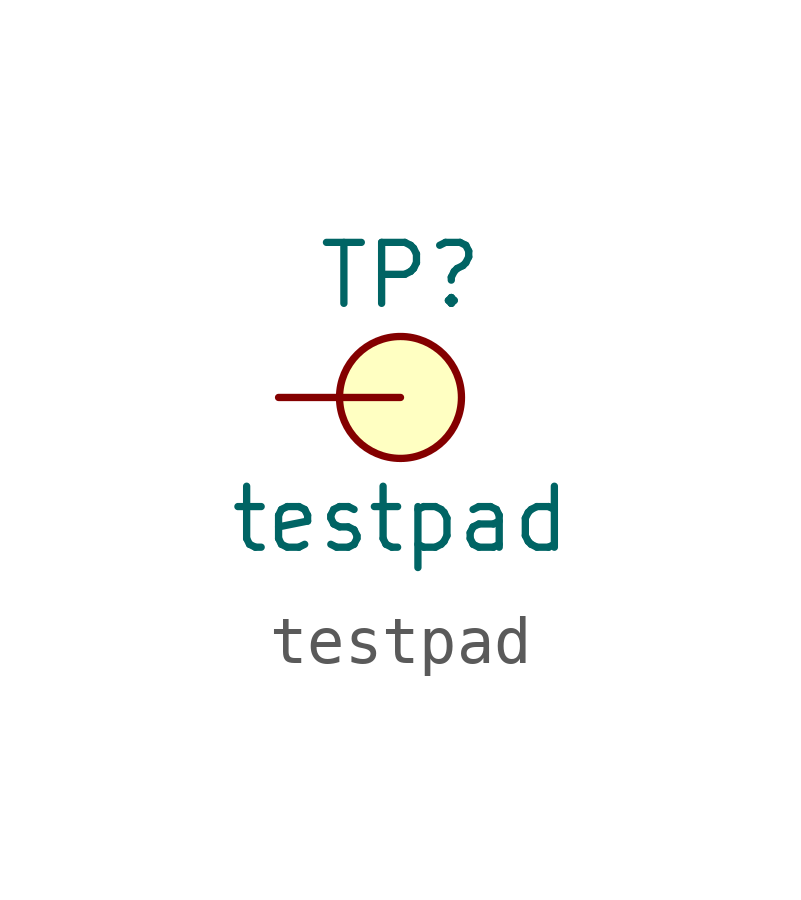
<source format=kicad_sym>
(kicad_symbol_lib
  (version 20211014)
  (generator kicad_symbol_editor)
  (symbol "testpad"
    (pin_numbers hide)
    (pin_names
      (offset 1.016) hide)
    (property "Reference" "TP"
      (at 0 2.54 0)
      (effects (font (size 1.27 1.27))))
    (property "Value" "testpad"
      (at 0 -2.54 0)
      (effects (font (size 1.27 1.27))))
    (symbol "testpad_0_1"
      (circle (center 0 0) (radius 1.27) (stroke (width 0) (type default) (color 0 0 0 0)) (fill (type background))))
    (symbol "testpad_1_1"
      (pin passive line (at -2.54 0 0) (length 2.54) (name "1" (effects (font (size 1.27 1.27)))) (number "1" (effects (font (size 1.27 1.27))))))))
</source>
